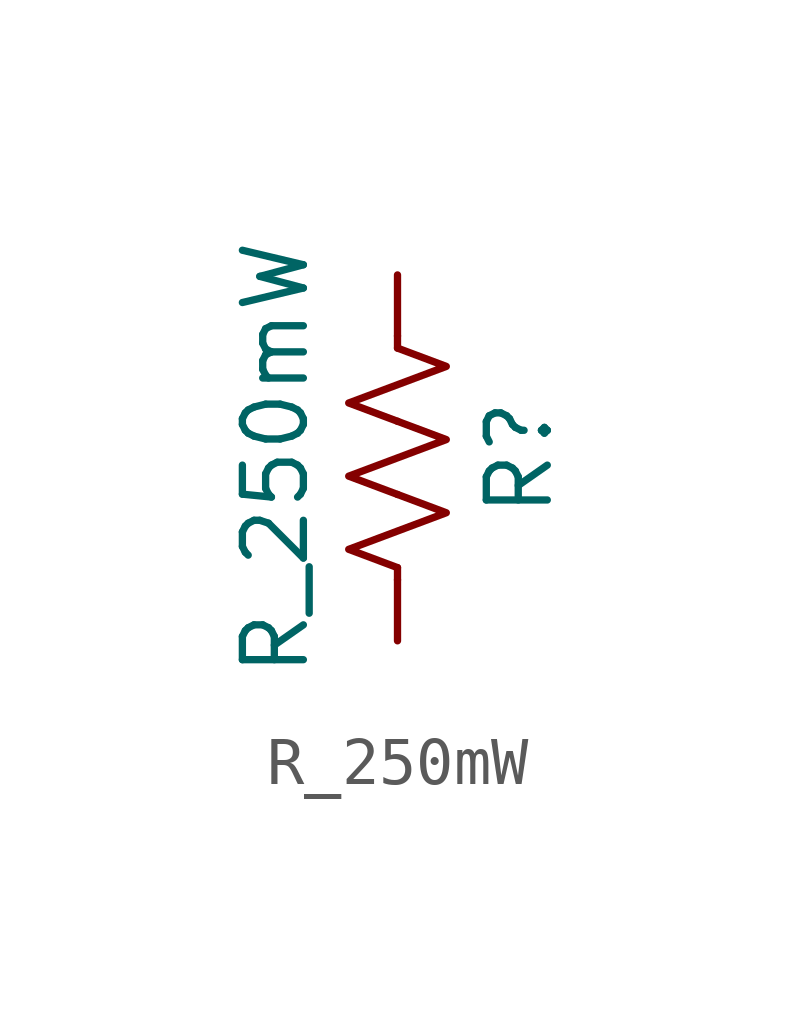
<source format=kicad_sym>
(kicad_symbol_lib
  (version 20241209)
  (generator "kicad_symbol_editor")
  (generator_version "9.0")
  (symbol "R_250mW"
    (pin_numbers
      (hide yes))
    (pin_names
      (offset 0))
    (property "Reference" "R"
      (at 2.54 0 90)
      (effects (font (size 1.27 1.27))))
    (property "Value" "R_250mW"
      (at -2.54 0 90)
      (effects (font (size 1.27 1.27))))
    (symbol "R_250mW_0_1"
      (polyline (pts (xy 0 2.286) (xy 0 2.54)) (stroke (width 0) (type default)) (fill (type none)))
      (polyline (pts (xy 0 2.286) (xy 1.016 1.905) (xy 0 1.524) (xy -1.016 1.143) (xy 0 0.762)) (stroke (width 0) (type default)) (fill (type none)))
      (polyline (pts (xy 0 0.762) (xy 1.016 0.381) (xy 0 0) (xy -1.016 -0.381) (xy 0 -0.762)) (stroke (width 0) (type default)) (fill (type none)))
      (polyline (pts (xy 0 -0.762) (xy 1.016 -1.143) (xy 0 -1.524) (xy -1.016 -1.905) (xy 0 -2.286)) (stroke (width 0) (type default)) (fill (type none)))
      (polyline (pts (xy 0 -2.286) (xy 0 -2.54)) (stroke (width 0) (type default)) (fill (type none))))
    (symbol "R_250mW_1_1"
      (pin passive line (at 0 3.81 270) (length 1.27) (name "~" (effects (font (size 1.27 1.27)))) (number "1" (effects (font (size 1.27 1.27)))))
      (pin passive line (at 0 -3.81 90) (length 1.27) (name "~" (effects (font (size 1.27 1.27)))) (number "2" (effects (font (size 1.27 1.27))))))))
</source>
